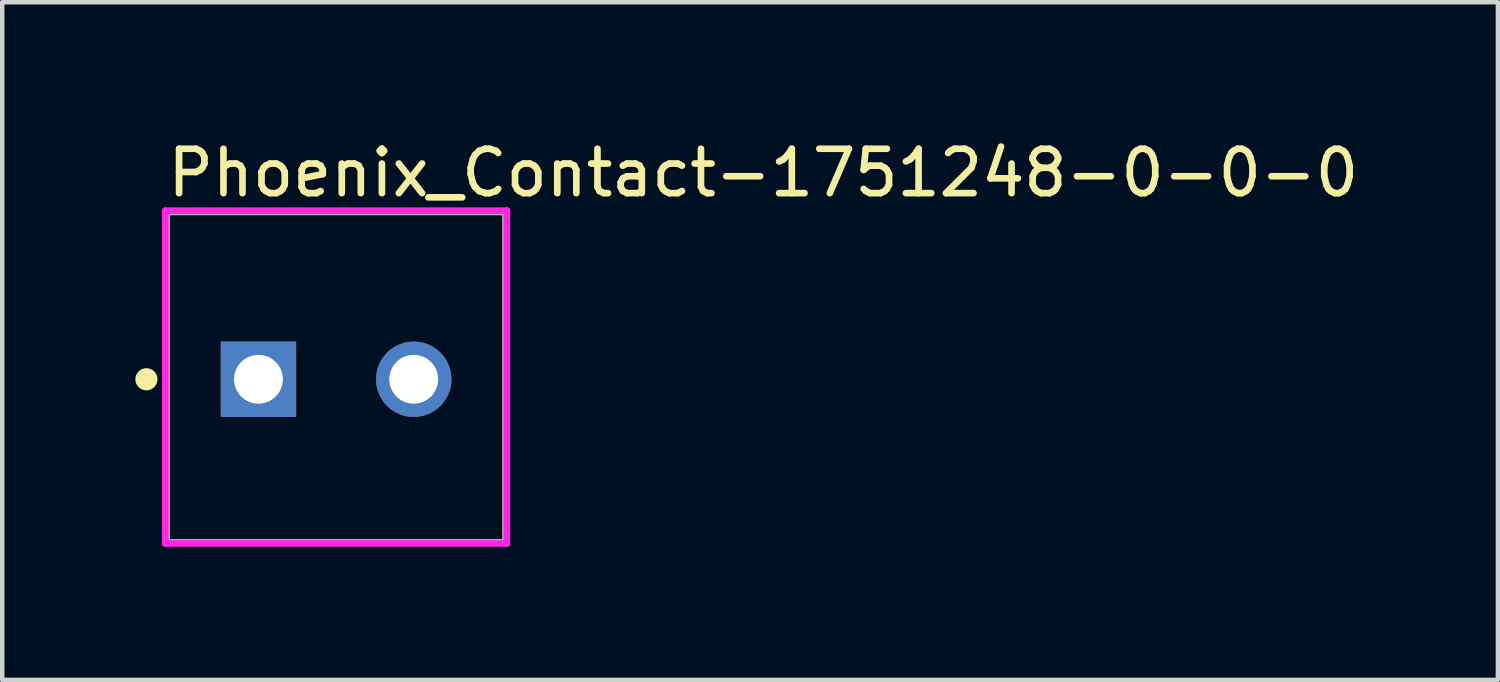
<source format=kicad_pcb>
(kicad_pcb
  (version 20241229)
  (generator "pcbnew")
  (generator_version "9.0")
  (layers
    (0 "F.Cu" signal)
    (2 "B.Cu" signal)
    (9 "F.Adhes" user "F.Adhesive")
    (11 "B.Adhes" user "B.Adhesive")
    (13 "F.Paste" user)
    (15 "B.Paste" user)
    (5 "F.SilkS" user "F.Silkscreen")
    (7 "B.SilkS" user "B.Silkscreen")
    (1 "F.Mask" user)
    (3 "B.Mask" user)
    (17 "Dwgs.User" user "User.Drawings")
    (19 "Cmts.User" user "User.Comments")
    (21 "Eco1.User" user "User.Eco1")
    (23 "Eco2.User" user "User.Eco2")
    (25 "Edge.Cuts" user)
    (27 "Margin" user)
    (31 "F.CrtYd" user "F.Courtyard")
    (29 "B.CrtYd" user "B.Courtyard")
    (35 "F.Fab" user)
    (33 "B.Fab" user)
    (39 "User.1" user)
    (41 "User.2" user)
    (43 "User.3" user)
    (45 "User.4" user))
  (footprint "Phoenix_Contact-1751248-0-0-0"
    (layer "F.Cu")
    (at 4.525 5.448)
    (property "Reference" "Phoenix_Contact-1751248-0-0-0" (at -3.875 -4.6 0) (layer "F.SilkS") (effects (font (size 1 1) (thickness 0.15)) (justify left)))
    (attr through_hole)
    (fp_line (start -3.825 -3.725) (end 3.825 -3.725) (stroke (width 0.15) (type solid)) (layer "F.SilkS"))
    (fp_line (start -3.825 3.725) (end -3.825 -3.725) (stroke (width 0.15) (type solid)) (layer "F.SilkS"))
    (fp_line (start -3.825 3.725) (end 3.825 3.725) (stroke (width 0.15) (type solid)) (layer "F.SilkS"))
    (fp_line (start 3.825 3.725) (end 3.825 -3.725) (stroke (width 0.15) (type solid)) (layer "F.SilkS"))
    (fp_circle (center -4.275 0.05) (end -4.15 0.05) (stroke (width 0.25) (type solid)) (fill no) (layer "F.SilkS"))
    (fp_line (start -3.85 -3.75) (end -3.85 3.75) (stroke (width 0.15) (type solid)) (layer "F.CrtYd"))
    (fp_line (start -3.85 3.75) (end 3.85 3.75) (stroke (width 0.15) (type solid)) (layer "F.CrtYd"))
    (fp_line (start 3.85 -3.75) (end -3.85 -3.75) (stroke (width 0.15) (type solid)) (layer "F.CrtYd"))
    (fp_line (start 3.85 -3.75) (end 3.85 -3.75) (stroke (width 0.15) (type solid)) (layer "F.CrtYd"))
    (fp_line (start 3.85 3.75) (end 3.85 -3.75) (stroke (width 0.15) (type solid)) (layer "F.CrtYd"))
    (fp_line (start -3.825 -3.725) (end 3.825 -3.725) (stroke (width 0.15) (type solid)) (layer "F.Fab"))
    (fp_line (start -3.825 3.725) (end -3.825 -3.725) (stroke (width 0.15) (type solid)) (layer "F.Fab"))
    (fp_line (start 3.825 -3.725) (end 3.825 3.725) (stroke (width 0.15) (type solid)) (layer "F.Fab"))
    (fp_line (start 3.825 3.725) (end -3.825 3.725) (stroke (width 0.15) (type solid)) (layer "F.Fab"))
    (pad "1" thru_hole rect (at -1.75 0.05) (size 1.7 1.7) (drill 1.1) (layers "*.Cu"))
    (pad "2" thru_hole circle (at 1.75 0.05) (size 1.7 1.7) (drill 1.1) (layers "*.Cu")))
  (gr_rect
    (start -3 -3)
    (end 30.71 12.273)
    (stroke (width 0.1) (type default))
    (fill no)
    (layer "Edge.Cuts")))
</source>
